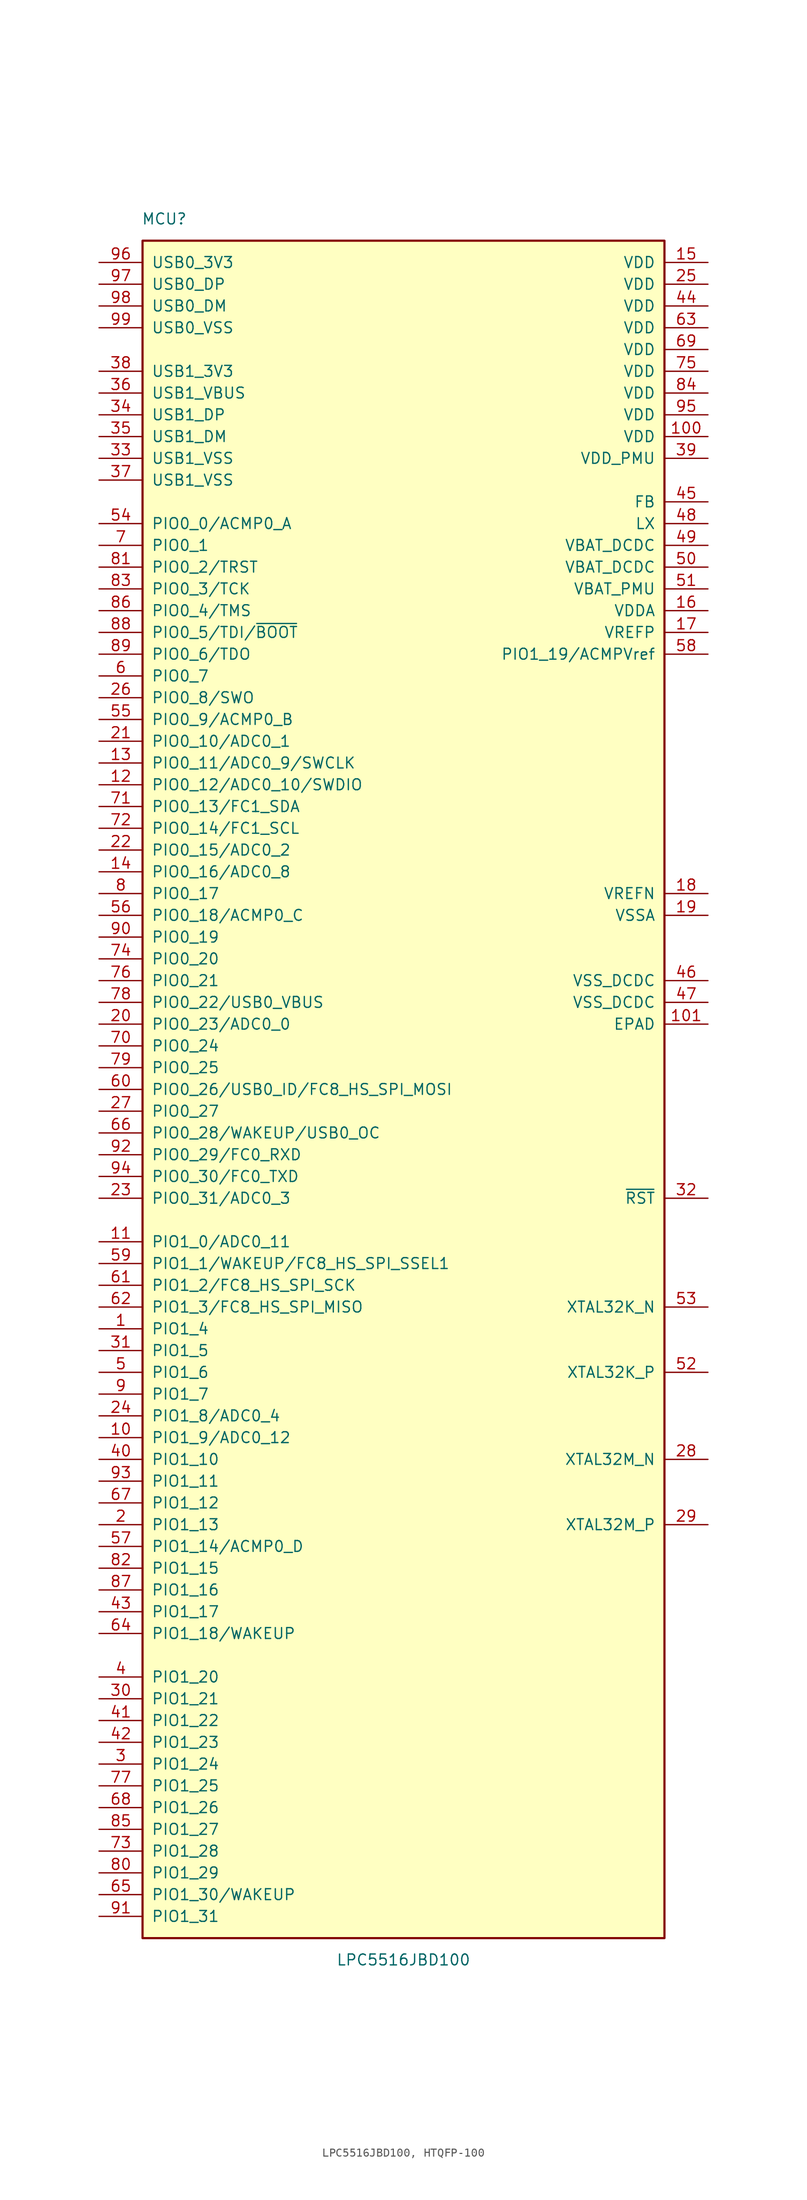
<source format=kicad_sym>
(kicad_symbol_lib
  (version 20241209)
  (generator "kicad_symbol_editor")
  (generator_version "9.0")
  (symbol "LPC5516JBD100, HTQFP-100"
    (pin_names
      (offset 1.016))
    (property "Reference" "MCU"
      (at -27.94 101.6 0)
      (effects (font (size 1.27 1.27))))
    (property "Value" "LPC5516JBD100"
      (at 0 -101.6 0)
      (effects (font (size 1.27 1.27))))
    (symbol "LPC5516JBD100, HTQFP-100_0_1"
      (rectangle (start -30.48 99.06) (end 30.48 -99.06) (stroke (width 0.254) (type default)) (fill (type background))))
    (symbol "LPC5516JBD100, HTQFP-100_1_0"
      (pin power_in line (at -35.56 83.82 0) (length 5.08) (name "USB1_3V3" (effects (font (size 1.27 1.27)))) (number "38" (effects (font (size 1.27 1.27)))))
      (pin bidirectional line (at -35.56 45.72 0) (length 5.08) (name "PIO0_8/SWO" (effects (font (size 1.27 1.27)))) (number "26" (effects (font (size 1.27 1.27)))))
      (pin bidirectional line (at -35.56 43.18 0) (length 5.08) (name "PIO0_9/ACMP0_B" (effects (font (size 1.27 1.27)))) (number "55" (effects (font (size 1.27 1.27)))))
      (pin bidirectional line (at -35.56 40.64 0) (length 5.08) (name "PIO0_10/ADC0_1" (effects (font (size 1.27 1.27)))) (number "21" (effects (font (size 1.27 1.27)))))
      (pin bidirectional line (at -35.56 38.1 0) (length 5.08) (name "PIO0_11/ADC0_9/SWCLK" (effects (font (size 1.27 1.27)))) (number "13" (effects (font (size 1.27 1.27)))))
      (pin bidirectional line (at -35.56 35.56 0) (length 5.08) (name "PIO0_12/ADC0_10/SWDIO" (effects (font (size 1.27 1.27)))) (number "12" (effects (font (size 1.27 1.27)))))
      (pin bidirectional line (at -35.56 33.02 0) (length 5.08) (name "PIO0_13/FC1_SDA" (effects (font (size 1.27 1.27)))) (number "71" (effects (font (size 1.27 1.27)))))
      (pin bidirectional line (at -35.56 30.48 0) (length 5.08) (name "PIO0_14/FC1_SCL" (effects (font (size 1.27 1.27)))) (number "72" (effects (font (size 1.27 1.27)))))
      (pin bidirectional line (at -35.56 27.94 0) (length 5.08) (name "PIO0_15/ADC0_2" (effects (font (size 1.27 1.27)))) (number "22" (effects (font (size 1.27 1.27)))))
      (pin bidirectional line (at -35.56 25.4 0) (length 5.08) (name "PIO0_16/ADC0_8" (effects (font (size 1.27 1.27)))) (number "14" (effects (font (size 1.27 1.27)))))
      (pin bidirectional line (at -35.56 22.86 0) (length 5.08) (name "PIO0_17" (effects (font (size 1.27 1.27)))) (number "8" (effects (font (size 1.27 1.27)))))
      (pin bidirectional line (at -35.56 20.32 0) (length 5.08) (name "PIO0_18/ACMP0_C" (effects (font (size 1.27 1.27)))) (number "56" (effects (font (size 1.27 1.27)))))
      (pin bidirectional line (at -35.56 17.78 0) (length 5.08) (name "PIO0_19" (effects (font (size 1.27 1.27)))) (number "90" (effects (font (size 1.27 1.27)))))
      (pin bidirectional line (at -35.56 15.24 0) (length 5.08) (name "PIO0_20" (effects (font (size 1.27 1.27)))) (number "74" (effects (font (size 1.27 1.27)))))
      (pin bidirectional line (at -35.56 12.7 0) (length 5.08) (name "PIO0_21" (effects (font (size 1.27 1.27)))) (number "76" (effects (font (size 1.27 1.27)))))
      (pin bidirectional line (at -35.56 10.16 0) (length 5.08) (name "PIO0_22/USB0_VBUS" (effects (font (size 1.27 1.27)))) (number "78" (effects (font (size 1.27 1.27)))))
      (pin bidirectional line (at -35.56 7.62 0) (length 5.08) (name "PIO0_23/ADC0_0" (effects (font (size 1.27 1.27)))) (number "20" (effects (font (size 1.27 1.27)))))
      (pin bidirectional line (at -35.56 5.08 0) (length 5.08) (name "PIO0_24" (effects (font (size 1.27 1.27)))) (number "70" (effects (font (size 1.27 1.27)))))
      (pin bidirectional line (at -35.56 2.54 0) (length 5.08) (name "PIO0_25" (effects (font (size 1.27 1.27)))) (number "79" (effects (font (size 1.27 1.27)))))
      (pin bidirectional line (at -35.56 0 0) (length 5.08) (name "PIO0_26/USB0_ID/FC8_HS_SPI_MOSI" (effects (font (size 1.27 1.27)))) (number "60" (effects (font (size 1.27 1.27)))))
      (pin bidirectional line (at -35.56 -2.54 0) (length 5.08) (name "PIO0_27" (effects (font (size 1.27 1.27)))) (number "27" (effects (font (size 1.27 1.27)))))
      (pin bidirectional line (at -35.56 -5.08 0) (length 5.08) (name "PIO0_28/WAKEUP/USB0_OC" (effects (font (size 1.27 1.27)))) (number "66" (effects (font (size 1.27 1.27)))))
      (pin bidirectional line (at -35.56 -7.62 0) (length 5.08) (name "PIO0_29/FC0_RXD" (effects (font (size 1.27 1.27)))) (number "92" (effects (font (size 1.27 1.27)))))
      (pin bidirectional line (at -35.56 -10.16 0) (length 5.08) (name "PIO0_30/FC0_TXD" (effects (font (size 1.27 1.27)))) (number "94" (effects (font (size 1.27 1.27)))))
      (pin bidirectional line (at -35.56 -12.7 0) (length 5.08) (name "PIO0_31/ADC0_3" (effects (font (size 1.27 1.27)))) (number "23" (effects (font (size 1.27 1.27)))))
      (pin bidirectional line (at -35.56 -17.78 0) (length 5.08) (name "PIO1_0/ADC0_11" (effects (font (size 1.27 1.27)))) (number "11" (effects (font (size 1.27 1.27)))))
      (pin bidirectional line (at -35.56 -20.32 0) (length 5.08) (name "PIO1_1/WAKEUP/FC8_HS_SPI_SSEL1" (effects (font (size 1.27 1.27)))) (number "59" (effects (font (size 1.27 1.27)))))
      (pin bidirectional line (at -35.56 -22.86 0) (length 5.08) (name "PIO1_2/FC8_HS_SPI_SCK" (effects (font (size 1.27 1.27)))) (number "61" (effects (font (size 1.27 1.27)))))
      (pin bidirectional line (at -35.56 -25.4 0) (length 5.08) (name "PIO1_3/FC8_HS_SPI_MISO" (effects (font (size 1.27 1.27)))) (number "62" (effects (font (size 1.27 1.27)))))
      (pin bidirectional line (at -35.56 -27.94 0) (length 5.08) (name "PIO1_4" (effects (font (size 1.27 1.27)))) (number "1" (effects (font (size 1.27 1.27)))))
      (pin bidirectional line (at -35.56 -30.48 0) (length 5.08) (name "PIO1_5" (effects (font (size 1.27 1.27)))) (number "31" (effects (font (size 1.27 1.27)))))
      (pin bidirectional line (at -35.56 -33.02 0) (length 5.08) (name "PIO1_6" (effects (font (size 1.27 1.27)))) (number "5" (effects (font (size 1.27 1.27)))))
      (pin bidirectional line (at -35.56 -35.56 0) (length 5.08) (name "PIO1_7" (effects (font (size 1.27 1.27)))) (number "9" (effects (font (size 1.27 1.27)))))
      (pin bidirectional line (at -35.56 -38.1 0) (length 5.08) (name "PIO1_8/ADC0_4" (effects (font (size 1.27 1.27)))) (number "24" (effects (font (size 1.27 1.27)))))
      (pin bidirectional line (at -35.56 -40.64 0) (length 5.08) (name "PIO1_9/ADC0_12" (effects (font (size 1.27 1.27)))) (number "10" (effects (font (size 1.27 1.27)))))
      (pin bidirectional line (at -35.56 -43.18 0) (length 5.08) (name "PIO1_10" (effects (font (size 1.27 1.27)))) (number "40" (effects (font (size 1.27 1.27)))))
      (pin bidirectional line (at -35.56 -45.72 0) (length 5.08) (name "PIO1_11" (effects (font (size 1.27 1.27)))) (number "93" (effects (font (size 1.27 1.27)))))
      (pin bidirectional line (at -35.56 -48.26 0) (length 5.08) (name "PIO1_12" (effects (font (size 1.27 1.27)))) (number "67" (effects (font (size 1.27 1.27)))))
      (pin bidirectional line (at -35.56 -50.8 0) (length 5.08) (name "PIO1_13" (effects (font (size 1.27 1.27)))) (number "2" (effects (font (size 1.27 1.27)))))
      (pin bidirectional line (at -35.56 -53.34 0) (length 5.08) (name "PIO1_14/ACMP0_D" (effects (font (size 1.27 1.27)))) (number "57" (effects (font (size 1.27 1.27)))))
      (pin bidirectional line (at -35.56 -55.88 0) (length 5.08) (name "PIO1_15" (effects (font (size 1.27 1.27)))) (number "82" (effects (font (size 1.27 1.27)))))
      (pin bidirectional line (at -35.56 -58.42 0) (length 5.08) (name "PIO1_16" (effects (font (size 1.27 1.27)))) (number "87" (effects (font (size 1.27 1.27)))))
      (pin bidirectional line (at -35.56 -60.96 0) (length 5.08) (name "PIO1_17" (effects (font (size 1.27 1.27)))) (number "43" (effects (font (size 1.27 1.27)))))
      (pin bidirectional line (at -35.56 -63.5 0) (length 5.08) (name "PIO1_18/WAKEUP" (effects (font (size 1.27 1.27)))) (number "64" (effects (font (size 1.27 1.27)))))
      (pin bidirectional line (at -35.56 -68.58 0) (length 5.08) (name "PIO1_20" (effects (font (size 1.27 1.27)))) (number "4" (effects (font (size 1.27 1.27)))))
      (pin bidirectional line (at -35.56 -71.12 0) (length 5.08) (name "PIO1_21" (effects (font (size 1.27 1.27)))) (number "30" (effects (font (size 1.27 1.27)))))
      (pin bidirectional line (at -35.56 -73.66 0) (length 5.08) (name "PIO1_22" (effects (font (size 1.27 1.27)))) (number "41" (effects (font (size 1.27 1.27)))))
      (pin bidirectional line (at -35.56 -76.2 0) (length 5.08) (name "PIO1_23" (effects (font (size 1.27 1.27)))) (number "42" (effects (font (size 1.27 1.27)))))
      (pin bidirectional line (at -35.56 -78.74 0) (length 5.08) (name "PIO1_24" (effects (font (size 1.27 1.27)))) (number "3" (effects (font (size 1.27 1.27)))))
      (pin bidirectional line (at -35.56 -81.28 0) (length 5.08) (name "PIO1_25" (effects (font (size 1.27 1.27)))) (number "77" (effects (font (size 1.27 1.27)))))
      (pin bidirectional line (at -35.56 -83.82 0) (length 5.08) (name "PIO1_26" (effects (font (size 1.27 1.27)))) (number "68" (effects (font (size 1.27 1.27)))))
      (pin bidirectional line (at -35.56 -86.36 0) (length 5.08) (name "PIO1_27" (effects (font (size 1.27 1.27)))) (number "85" (effects (font (size 1.27 1.27)))))
      (pin bidirectional line (at -35.56 -88.9 0) (length 5.08) (name "PIO1_28" (effects (font (size 1.27 1.27)))) (number "73" (effects (font (size 1.27 1.27)))))
      (pin bidirectional line (at -35.56 -91.44 0) (length 5.08) (name "PIO1_29" (effects (font (size 1.27 1.27)))) (number "80" (effects (font (size 1.27 1.27)))))
      (pin bidirectional line (at -35.56 -93.98 0) (length 5.08) (name "PIO1_30/WAKEUP" (effects (font (size 1.27 1.27)))) (number "65" (effects (font (size 1.27 1.27)))))
      (pin bidirectional line (at -35.56 -96.52 0) (length 5.08) (name "PIO1_31" (effects (font (size 1.27 1.27)))) (number "91" (effects (font (size 1.27 1.27)))))
      (pin power_in line (at 35.56 58.42 180) (length 5.08) (name "VBAT_PMU" (effects (font (size 1.27 1.27)))) (number "51" (effects (font (size 1.27 1.27)))))
      (pin bidirectional line (at 35.56 50.8 180) (length 5.08) (name "PIO1_19/ACMPVref" (effects (font (size 1.27 1.27)))) (number "58" (effects (font (size 1.27 1.27)))))
      (pin power_in line (at 35.56 7.62 180) (length 5.08) (name "EPAD" (effects (font (size 1.27 1.27)))) (number "101" (effects (font (size 1.27 1.27))))))
    (symbol "LPC5516JBD100, HTQFP-100_1_1"
      (pin input line (at -35.56 96.52 0) (length 5.08) (name "USB0_3V3" (effects (font (size 1.27 1.27)))) (number "96" (effects (font (size 1.27 1.27)))))
      (pin passive line (at -35.56 93.98 0) (length 5.08) (name "USB0_DP" (effects (font (size 1.27 1.27)))) (number "97" (effects (font (size 1.27 1.27)))))
      (pin passive line (at -35.56 91.44 0) (length 5.08) (name "USB0_DM" (effects (font (size 1.27 1.27)))) (number "98" (effects (font (size 1.27 1.27)))))
      (pin power_in line (at -35.56 88.9 0) (length 5.08) (name "USB0_VSS" (effects (font (size 1.27 1.27)))) (number "99" (effects (font (size 1.27 1.27)))))
      (pin input line (at -35.56 81.28 0) (length 5.08) (name "USB1_VBUS" (effects (font (size 1.27 1.27)))) (number "36" (effects (font (size 1.27 1.27)))))
      (pin passive line (at -35.56 78.74 0) (length 5.08) (name "USB1_DP" (effects (font (size 1.27 1.27)))) (number "34" (effects (font (size 1.27 1.27)))))
      (pin passive line (at -35.56 76.2 0) (length 5.08) (name "USB1_DM" (effects (font (size 1.27 1.27)))) (number "35" (effects (font (size 1.27 1.27)))))
      (pin power_in line (at -35.56 73.66 0) (length 5.08) (name "USB1_VSS" (effects (font (size 1.27 1.27)))) (number "33" (effects (font (size 1.27 1.27)))))
      (pin power_in line (at -35.56 71.12 0) (length 5.08) (name "USB1_VSS" (effects (font (size 1.27 1.27)))) (number "37" (effects (font (size 1.27 1.27)))))
      (pin bidirectional line (at -35.56 66.04 0) (length 5.08) (name "PIO0_0/ACMP0_A" (effects (font (size 1.27 1.27)))) (number "54" (effects (font (size 1.27 1.27)))))
      (pin bidirectional line (at -35.56 63.5 0) (length 5.08) (name "PIO0_1" (effects (font (size 1.27 1.27)))) (number "7" (effects (font (size 1.27 1.27)))))
      (pin bidirectional line (at -35.56 60.96 0) (length 5.08) (name "PIO0_2/TRST" (effects (font (size 1.27 1.27)))) (number "81" (effects (font (size 1.27 1.27)))))
      (pin bidirectional line (at -35.56 58.42 0) (length 5.08) (name "PIO0_3/TCK" (effects (font (size 1.27 1.27)))) (number "83" (effects (font (size 1.27 1.27)))))
      (pin bidirectional line (at -35.56 55.88 0) (length 5.08) (name "PIO0_4/TMS" (effects (font (size 1.27 1.27)))) (number "86" (effects (font (size 1.27 1.27)))))
      (pin bidirectional line (at -35.56 53.34 0) (length 5.08) (name "PIO0_5/TDI/~{BOOT}" (effects (font (size 1.27 1.27)))) (number "88" (effects (font (size 1.27 1.27)))))
      (pin bidirectional line (at -35.56 50.8 0) (length 5.08) (name "PIO0_6/TDO" (effects (font (size 1.27 1.27)))) (number "89" (effects (font (size 1.27 1.27)))))
      (pin bidirectional line (at -35.56 48.26 0) (length 5.08) (name "PIO0_7" (effects (font (size 1.27 1.27)))) (number "6" (effects (font (size 1.27 1.27)))))
      (pin power_in line (at 35.56 96.52 180) (length 5.08) (name "VDD" (effects (font (size 1.27 1.27)))) (number "15" (effects (font (size 1.27 1.27)))))
      (pin power_in line (at 35.56 93.98 180) (length 5.08) (name "VDD" (effects (font (size 1.27 1.27)))) (number "25" (effects (font (size 1.27 1.27)))))
      (pin power_in line (at 35.56 91.44 180) (length 5.08) (name "VDD" (effects (font (size 1.27 1.27)))) (number "44" (effects (font (size 1.27 1.27)))))
      (pin power_in line (at 35.56 88.9 180) (length 5.08) (name "VDD" (effects (font (size 1.27 1.27)))) (number "63" (effects (font (size 1.27 1.27)))))
      (pin power_in line (at 35.56 86.36 180) (length 5.08) (name "VDD" (effects (font (size 1.27 1.27)))) (number "69" (effects (font (size 1.27 1.27)))))
      (pin power_in line (at 35.56 83.82 180) (length 5.08) (name "VDD" (effects (font (size 1.27 1.27)))) (number "75" (effects (font (size 1.27 1.27)))))
      (pin power_in line (at 35.56 81.28 180) (length 5.08) (name "VDD" (effects (font (size 1.27 1.27)))) (number "84" (effects (font (size 1.27 1.27)))))
      (pin power_in line (at 35.56 78.74 180) (length 5.08) (name "VDD" (effects (font (size 1.27 1.27)))) (number "95" (effects (font (size 1.27 1.27)))))
      (pin power_in line (at 35.56 76.2 180) (length 5.08) (name "VDD" (effects (font (size 1.27 1.27)))) (number "100" (effects (font (size 1.27 1.27)))))
      (pin power_in line (at 35.56 73.66 180) (length 5.08) (name "VDD_PMU" (effects (font (size 1.27 1.27)))) (number "39" (effects (font (size 1.27 1.27)))))
      (pin passive line (at 35.56 68.58 180) (length 5.08) (name "FB" (effects (font (size 1.27 1.27)))) (number "45" (effects (font (size 1.27 1.27)))))
      (pin passive line (at 35.56 66.04 180) (length 5.08) (name "LX" (effects (font (size 1.27 1.27)))) (number "48" (effects (font (size 1.27 1.27)))))
      (pin passive line (at 35.56 63.5 180) (length 5.08) (name "VBAT_DCDC" (effects (font (size 1.27 1.27)))) (number "49" (effects (font (size 1.27 1.27)))))
      (pin passive line (at 35.56 60.96 180) (length 5.08) (name "VBAT_DCDC" (effects (font (size 1.27 1.27)))) (number "50" (effects (font (size 1.27 1.27)))))
      (pin power_in line (at 35.56 55.88 180) (length 5.08) (name "VDDA" (effects (font (size 1.27 1.27)))) (number "16" (effects (font (size 1.27 1.27)))))
      (pin passive line (at 35.56 53.34 180) (length 5.08) (name "VREFP" (effects (font (size 1.27 1.27)))) (number "17" (effects (font (size 1.27 1.27)))))
      (pin passive line (at 35.56 22.86 180) (length 5.08) (name "VREFN" (effects (font (size 1.27 1.27)))) (number "18" (effects (font (size 1.27 1.27)))))
      (pin power_in line (at 35.56 20.32 180) (length 5.08) (name "VSSA" (effects (font (size 1.27 1.27)))) (number "19" (effects (font (size 1.27 1.27)))))
      (pin power_in line (at 35.56 12.7 180) (length 5.08) (name "VSS_DCDC" (effects (font (size 1.27 1.27)))) (number "46" (effects (font (size 1.27 1.27)))))
      (pin power_in line (at 35.56 10.16 180) (length 5.08) (name "VSS_DCDC" (effects (font (size 1.27 1.27)))) (number "47" (effects (font (size 1.27 1.27)))))
      (pin bidirectional line (at 35.56 -12.7 180) (length 5.08) (name "~{RST}" (effects (font (size 1.27 1.27)))) (number "32" (effects (font (size 1.27 1.27)))))
      (pin passive line (at 35.56 -25.4 180) (length 5.08) (name "XTAL32K_N" (effects (font (size 1.27 1.27)))) (number "53" (effects (font (size 1.27 1.27)))))
      (pin passive line (at 35.56 -33.02 180) (length 5.08) (name "XTAL32K_P" (effects (font (size 1.27 1.27)))) (number "52" (effects (font (size 1.27 1.27)))))
      (pin passive line (at 35.56 -43.18 180) (length 5.08) (name "XTAL32M_N" (effects (font (size 1.27 1.27)))) (number "28" (effects (font (size 1.27 1.27)))))
      (pin passive line (at 35.56 -50.8 180) (length 5.08) (name "XTAL32M_P" (effects (font (size 1.27 1.27)))) (number "29" (effects (font (size 1.27 1.27))))))))
</source>
